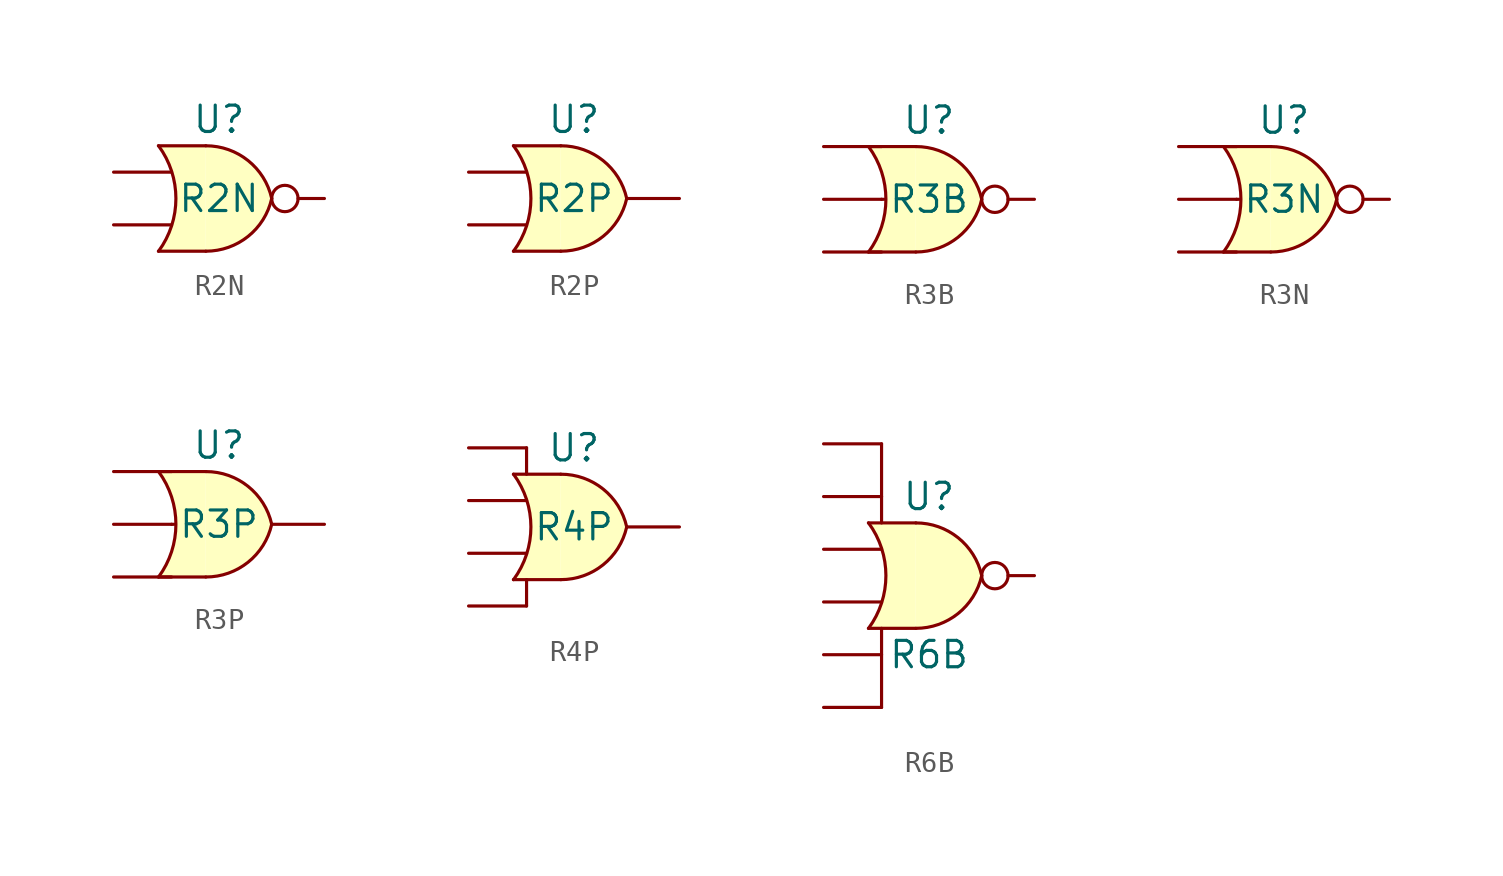
<source format=kicad_sym>
(kicad_symbol_lib
  (version 20220914)
  (generator kicad_symbol_editor)
  (symbol "R2N"
    (property "Reference" "U"
      (at 0 3.81 0)
      (effects (font (size 1.27 1.27))))
    (property "Value" "R2N"
      (at 0 0 0)
      (effects (font (size 1.27 1.27))))
    (symbol "R2N_1_1"
      (arc (start -2.9127 -2.5398) (mid -2.0762 0.0001) (end -2.9129 2.54) (stroke (width 0) (type default)) (fill (type none)))
      (arc (start -0.635 -2.54) (mid 1.3992 -1.8283) (end 2.54 0) (stroke (width 0) (type default)) (fill (type background)))
      (polyline (pts (xy -0.635 -2.54) (xy -2.921 -2.54)) (stroke (width 0) (type default)) (fill (type outline)))
      (polyline (pts (xy -0.635 2.54) (xy -2.921 2.54)) (stroke (width 0) (type default)) (fill (type background)))
      (polyline (pts (xy -0.635 2.54) (xy -2.921 2.54) (xy -2.54 1.905) (xy -2.286 1.27) (xy -2.159 0.762) (xy -2.108 0.457) (xy -2.083 0.178) (xy -2.083 -0.127) (xy -2.134 -0.66) (xy -2.21 -1.016) (xy -2.311 -1.372) (xy -2.438 -1.676) (xy -2.616 -2.057) (xy -2.794 -2.337) (xy -2.921 -2.54) (xy -0.635 -2.54)) (stroke (width -0.0001) (type default)) (fill (type background)))
      (arc (start 2.54 0) (mid 1.3994 1.8287) (end -0.635 2.54) (stroke (width 0) (type default)) (fill (type background)))
      (pin input line (at -5.08 -1.27 0) (length 2.794) (name "" (effects (font (size 1.27 1.27)))) (number "" (effects (font (size 1.27 1.27)))))
      (pin input line (at -5.08 1.27 0) (length 2.794) (name "" (effects (font (size 1.27 1.27)))) (number "" (effects (font (size 1.27 1.27)))))
      (pin output inverted (at 5.08 0 180) (length 2.54) (name "" (effects (font (size 1.27 1.27)))) (number "" (effects (font (size 1.27 1.27)))))))
  (symbol "R2P"
    (property "Reference" "U"
      (at 0 3.81 0)
      (effects (font (size 1.27 1.27))))
    (property "Value" "R2P"
      (at 0 0 0)
      (effects (font (size 1.27 1.27))))
    (symbol "R2P_1_1"
      (arc (start -2.9127 -2.5398) (mid -2.0762 0.0001) (end -2.9129 2.54) (stroke (width 0) (type default)) (fill (type none)))
      (arc (start -0.635 -2.54) (mid 1.3992 -1.8283) (end 2.54 0) (stroke (width 0) (type default)) (fill (type background)))
      (polyline (pts (xy -0.635 -2.54) (xy -2.921 -2.54)) (stroke (width 0) (type default)) (fill (type outline)))
      (polyline (pts (xy -0.635 2.54) (xy -2.921 2.54)) (stroke (width 0) (type default)) (fill (type background)))
      (polyline (pts (xy -0.635 2.54) (xy -2.921 2.54) (xy -2.54 1.905) (xy -2.286 1.27) (xy -2.159 0.762) (xy -2.108 0.457) (xy -2.083 0.178) (xy -2.083 -0.127) (xy -2.134 -0.66) (xy -2.21 -1.016) (xy -2.311 -1.372) (xy -2.438 -1.676) (xy -2.616 -2.057) (xy -2.794 -2.337) (xy -2.921 -2.54) (xy -0.635 -2.54)) (stroke (width -0.0001) (type default)) (fill (type background)))
      (arc (start 2.54 0) (mid 1.3994 1.8287) (end -0.635 2.54) (stroke (width 0) (type default)) (fill (type background)))
      (pin input line (at -5.08 -1.27 0) (length 2.794) (name "" (effects (font (size 1.27 1.27)))) (number "" (effects (font (size 1.27 1.27)))))
      (pin input line (at -5.08 1.27 0) (length 2.794) (name "" (effects (font (size 1.27 1.27)))) (number "" (effects (font (size 1.27 1.27)))))
      (pin output line (at 5.08 0 180) (length 2.54) (name "" (effects (font (size 1.27 1.27)))) (number "" (effects (font (size 1.27 1.27)))))))
  (symbol "R3B"
    (property "Reference" "U"
      (at 0 3.81 0)
      (effects (font (size 1.27 1.27))))
    (property "Value" "R3B"
      (at 0 0 0)
      (effects (font (size 1.27 1.27))))
    (symbol "R3B_0_1"
      (polyline (pts (xy -2.286 0) (xy -2.159 0)) (stroke (width 0) (type default)) (fill (type none))))
    (symbol "R3B_1_1"
      (arc (start -2.9127 -2.5398) (mid -2.0762 0.0001) (end -2.9129 2.54) (stroke (width 0) (type default)) (fill (type none)))
      (arc (start -0.635 -2.54) (mid 1.3992 -1.8283) (end 2.54 0) (stroke (width 0) (type default)) (fill (type background)))
      (polyline (pts (xy -0.635 -2.54) (xy -2.921 -2.54)) (stroke (width 0) (type default)) (fill (type outline)))
      (polyline (pts (xy -0.635 2.54) (xy -2.921 2.54)) (stroke (width 0) (type default)) (fill (type background)))
      (polyline (pts (xy -0.635 2.54) (xy -2.921 2.54) (xy -2.54 1.905) (xy -2.286 1.27) (xy -2.159 0.762) (xy -2.108 0.457) (xy -2.083 0.178) (xy -2.083 -0.127) (xy -2.134 -0.66) (xy -2.21 -1.016) (xy -2.311 -1.372) (xy -2.438 -1.676) (xy -2.616 -2.057) (xy -2.794 -2.337) (xy -2.921 -2.54) (xy -0.635 -2.54)) (stroke (width -0.0001) (type default)) (fill (type background)))
      (arc (start 2.54 0) (mid 1.3994 1.8287) (end -0.635 2.54) (stroke (width 0) (type default)) (fill (type background)))
      (pin input line (at -5.08 -2.54 0) (length 2.794) (name "" (effects (font (size 1.27 1.27)))) (number "" (effects (font (size 1.27 1.27)))))
      (pin input line (at -5.08 0 0) (length 2.794) (name "" (effects (font (size 1.27 1.27)))) (number "" (effects (font (size 1.27 1.27)))))
      (pin input line (at -5.08 2.54 0) (length 2.794) (name "" (effects (font (size 1.27 1.27)))) (number "" (effects (font (size 1.27 1.27)))))
      (pin output inverted (at 5.08 0 180) (length 2.54) (name "" (effects (font (size 1.27 1.27)))) (number "" (effects (font (size 1.27 1.27)))))))
  (symbol "R3N"
    (property "Reference" "U"
      (at 0 3.81 0)
      (effects (font (size 1.27 1.27))))
    (property "Value" "R3N"
      (at 0 0 0)
      (effects (font (size 1.27 1.27))))
    (symbol "R3N_0_1"
      (polyline (pts (xy -2.286 0) (xy -2.159 0)) (stroke (width 0) (type default)) (fill (type none))))
    (symbol "R3N_1_1"
      (arc (start -2.9127 -2.5398) (mid -2.0762 0.0001) (end -2.9129 2.54) (stroke (width 0) (type default)) (fill (type none)))
      (arc (start -0.635 -2.54) (mid 1.3992 -1.8283) (end 2.54 0) (stroke (width 0) (type default)) (fill (type background)))
      (polyline (pts (xy -0.635 -2.54) (xy -2.921 -2.54)) (stroke (width 0) (type default)) (fill (type outline)))
      (polyline (pts (xy -0.635 2.54) (xy -2.921 2.54)) (stroke (width 0) (type default)) (fill (type background)))
      (polyline (pts (xy -0.635 2.54) (xy -2.921 2.54) (xy -2.54 1.905) (xy -2.286 1.27) (xy -2.159 0.762) (xy -2.108 0.457) (xy -2.083 0.178) (xy -2.083 -0.127) (xy -2.134 -0.66) (xy -2.21 -1.016) (xy -2.311 -1.372) (xy -2.438 -1.676) (xy -2.616 -2.057) (xy -2.794 -2.337) (xy -2.921 -2.54) (xy -0.635 -2.54)) (stroke (width -0.0001) (type default)) (fill (type background)))
      (arc (start 2.54 0) (mid 1.3994 1.8287) (end -0.635 2.54) (stroke (width 0) (type default)) (fill (type background)))
      (pin input line (at -5.08 -2.54 0) (length 2.794) (name "" (effects (font (size 1.27 1.27)))) (number "" (effects (font (size 1.27 1.27)))))
      (pin input line (at -5.08 0 0) (length 2.794) (name "" (effects (font (size 1.27 1.27)))) (number "" (effects (font (size 1.27 1.27)))))
      (pin input line (at -5.08 2.54 0) (length 2.794) (name "" (effects (font (size 1.27 1.27)))) (number "" (effects (font (size 1.27 1.27)))))
      (pin output inverted (at 5.08 0 180) (length 2.54) (name "" (effects (font (size 1.27 1.27)))) (number "" (effects (font (size 1.27 1.27)))))))
  (symbol "R3P"
    (property "Reference" "U"
      (at 0 3.81 0)
      (effects (font (size 1.27 1.27))))
    (property "Value" "R3P"
      (at 0 0 0)
      (effects (font (size 1.27 1.27))))
    (symbol "R3P_0_1"
      (polyline (pts (xy -2.286 0) (xy -2.159 0)) (stroke (width 0) (type default)) (fill (type none))))
    (symbol "R3P_1_1"
      (arc (start -2.9127 -2.5398) (mid -2.0762 0.0001) (end -2.9129 2.54) (stroke (width 0) (type default)) (fill (type none)))
      (arc (start -0.635 -2.54) (mid 1.3992 -1.8283) (end 2.54 0) (stroke (width 0) (type default)) (fill (type background)))
      (polyline (pts (xy -0.635 -2.54) (xy -2.921 -2.54)) (stroke (width 0) (type default)) (fill (type outline)))
      (polyline (pts (xy -0.635 2.54) (xy -2.921 2.54)) (stroke (width 0) (type default)) (fill (type background)))
      (polyline (pts (xy -0.635 2.54) (xy -2.921 2.54) (xy -2.54 1.905) (xy -2.286 1.27) (xy -2.159 0.762) (xy -2.108 0.457) (xy -2.083 0.178) (xy -2.083 -0.127) (xy -2.134 -0.66) (xy -2.21 -1.016) (xy -2.311 -1.372) (xy -2.438 -1.676) (xy -2.616 -2.057) (xy -2.794 -2.337) (xy -2.921 -2.54) (xy -0.635 -2.54)) (stroke (width -0.0001) (type default)) (fill (type background)))
      (arc (start 2.54 0) (mid 1.3994 1.8287) (end -0.635 2.54) (stroke (width 0) (type default)) (fill (type background)))
      (pin input line (at -5.08 -2.54 0) (length 2.794) (name "" (effects (font (size 1.27 1.27)))) (number "" (effects (font (size 1.27 1.27)))))
      (pin input line (at -5.08 0 0) (length 2.794) (name "" (effects (font (size 1.27 1.27)))) (number "" (effects (font (size 1.27 1.27)))))
      (pin input line (at -5.08 2.54 0) (length 2.794) (name "" (effects (font (size 1.27 1.27)))) (number "" (effects (font (size 1.27 1.27)))))
      (pin output line (at 5.08 0 180) (length 2.54) (name "" (effects (font (size 1.27 1.27)))) (number "" (effects (font (size 1.27 1.27)))))))
  (symbol "R4P"
    (property "Reference" "U"
      (at 0 3.81 0)
      (effects (font (size 1.27 1.27))))
    (property "Value" "R4P"
      (at 0 0 0)
      (effects (font (size 1.27 1.27))))
    (symbol "R4P_0_1"
      (polyline (pts (xy -2.286 -3.81) (xy -2.286 -2.54)) (stroke (width 0) (type default)) (fill (type none)))
      (polyline (pts (xy -2.286 3.81) (xy -2.286 2.54)) (stroke (width 0) (type default)) (fill (type none))))
    (symbol "R4P_1_1"
      (arc (start -2.9127 -2.5398) (mid -2.0762 0.0001) (end -2.9129 2.54) (stroke (width 0) (type default)) (fill (type none)))
      (arc (start -0.635 -2.54) (mid 1.3992 -1.8283) (end 2.54 0) (stroke (width 0) (type default)) (fill (type background)))
      (polyline (pts (xy -0.635 -2.54) (xy -2.921 -2.54)) (stroke (width 0) (type default)) (fill (type outline)))
      (polyline (pts (xy -0.635 2.54) (xy -2.921 2.54)) (stroke (width 0) (type default)) (fill (type background)))
      (polyline (pts (xy -0.635 2.54) (xy -2.921 2.54) (xy -2.54 1.905) (xy -2.286 1.27) (xy -2.159 0.762) (xy -2.108 0.457) (xy -2.083 0.178) (xy -2.083 -0.127) (xy -2.134 -0.66) (xy -2.21 -1.016) (xy -2.311 -1.372) (xy -2.438 -1.676) (xy -2.616 -2.057) (xy -2.794 -2.337) (xy -2.921 -2.54) (xy -0.635 -2.54)) (stroke (width -0.0001) (type default)) (fill (type background)))
      (arc (start 2.54 0) (mid 1.3994 1.8287) (end -0.635 2.54) (stroke (width 0) (type default)) (fill (type background)))
      (pin input line (at -5.08 -3.81 0) (length 2.794) (name "" (effects (font (size 1.27 1.27)))) (number "" (effects (font (size 1.27 1.27)))))
      (pin input line (at -5.08 -1.27 0) (length 2.794) (name "" (effects (font (size 1.27 1.27)))) (number "" (effects (font (size 1.27 1.27)))))
      (pin input line (at -5.08 1.27 0) (length 2.794) (name "" (effects (font (size 1.27 1.27)))) (number "" (effects (font (size 1.27 1.27)))))
      (pin input line (at -5.08 3.81 0) (length 2.794) (name "" (effects (font (size 1.27 1.27)))) (number "" (effects (font (size 1.27 1.27)))))
      (pin output line (at 5.08 0 180) (length 2.54) (name "" (effects (font (size 1.27 1.27)))) (number "" (effects (font (size 1.27 1.27)))))))
  (symbol "R6B"
    (property "Reference" "U"
      (at 0 3.81 0)
      (effects (font (size 1.27 1.27))))
    (property "Value" "R6B"
      (at 0 -3.81 0)
      (effects (font (size 1.27 1.27))))
    (symbol "R6B_0_1"
      (polyline (pts (xy -2.286 -6.35) (xy -2.286 -2.54)) (stroke (width 0) (type default)) (fill (type none)))
      (polyline (pts (xy -2.286 6.35) (xy -2.286 2.54)) (stroke (width 0) (type default)) (fill (type none))))
    (symbol "R6B_1_1"
      (arc (start -2.9127 -2.5398) (mid -2.0762 0.0001) (end -2.9129 2.54) (stroke (width 0) (type default)) (fill (type none)))
      (arc (start -0.635 -2.54) (mid 1.3992 -1.8283) (end 2.54 0) (stroke (width 0) (type default)) (fill (type background)))
      (polyline (pts (xy -0.635 -2.54) (xy -2.921 -2.54)) (stroke (width 0) (type default)) (fill (type outline)))
      (polyline (pts (xy -0.635 2.54) (xy -2.921 2.54)) (stroke (width 0) (type default)) (fill (type background)))
      (polyline (pts (xy -0.635 2.54) (xy -2.921 2.54) (xy -2.54 1.905) (xy -2.286 1.27) (xy -2.159 0.762) (xy -2.108 0.457) (xy -2.083 0.178) (xy -2.083 -0.127) (xy -2.134 -0.66) (xy -2.21 -1.016) (xy -2.311 -1.372) (xy -2.438 -1.676) (xy -2.616 -2.057) (xy -2.794 -2.337) (xy -2.921 -2.54) (xy -0.635 -2.54)) (stroke (width -0.0001) (type default)) (fill (type background)))
      (arc (start 2.54 0) (mid 1.3994 1.8287) (end -0.635 2.54) (stroke (width 0) (type default)) (fill (type background)))
      (pin input line (at -5.08 -6.35 0) (length 2.794) (name "" (effects (font (size 1.27 1.27)))) (number "" (effects (font (size 1.27 1.27)))))
      (pin input line (at -5.08 -3.81 0) (length 2.794) (name "" (effects (font (size 1.27 1.27)))) (number "" (effects (font (size 1.27 1.27)))))
      (pin input line (at -5.08 -1.27 0) (length 2.794) (name "" (effects (font (size 1.27 1.27)))) (number "" (effects (font (size 1.27 1.27)))))
      (pin input line (at -5.08 1.27 0) (length 2.794) (name "" (effects (font (size 1.27 1.27)))) (number "" (effects (font (size 1.27 1.27)))))
      (pin input line (at -5.08 3.81 0) (length 2.794) (name "" (effects (font (size 1.27 1.27)))) (number "" (effects (font (size 1.27 1.27)))))
      (pin input line (at -5.08 6.35 0) (length 2.794) (name "" (effects (font (size 1.27 1.27)))) (number "" (effects (font (size 1.27 1.27)))))
      (pin output inverted (at 5.08 0 180) (length 2.54) (name "" (effects (font (size 1.27 1.27)))) (number "" (effects (font (size 1.27 1.27))))))))
</source>
